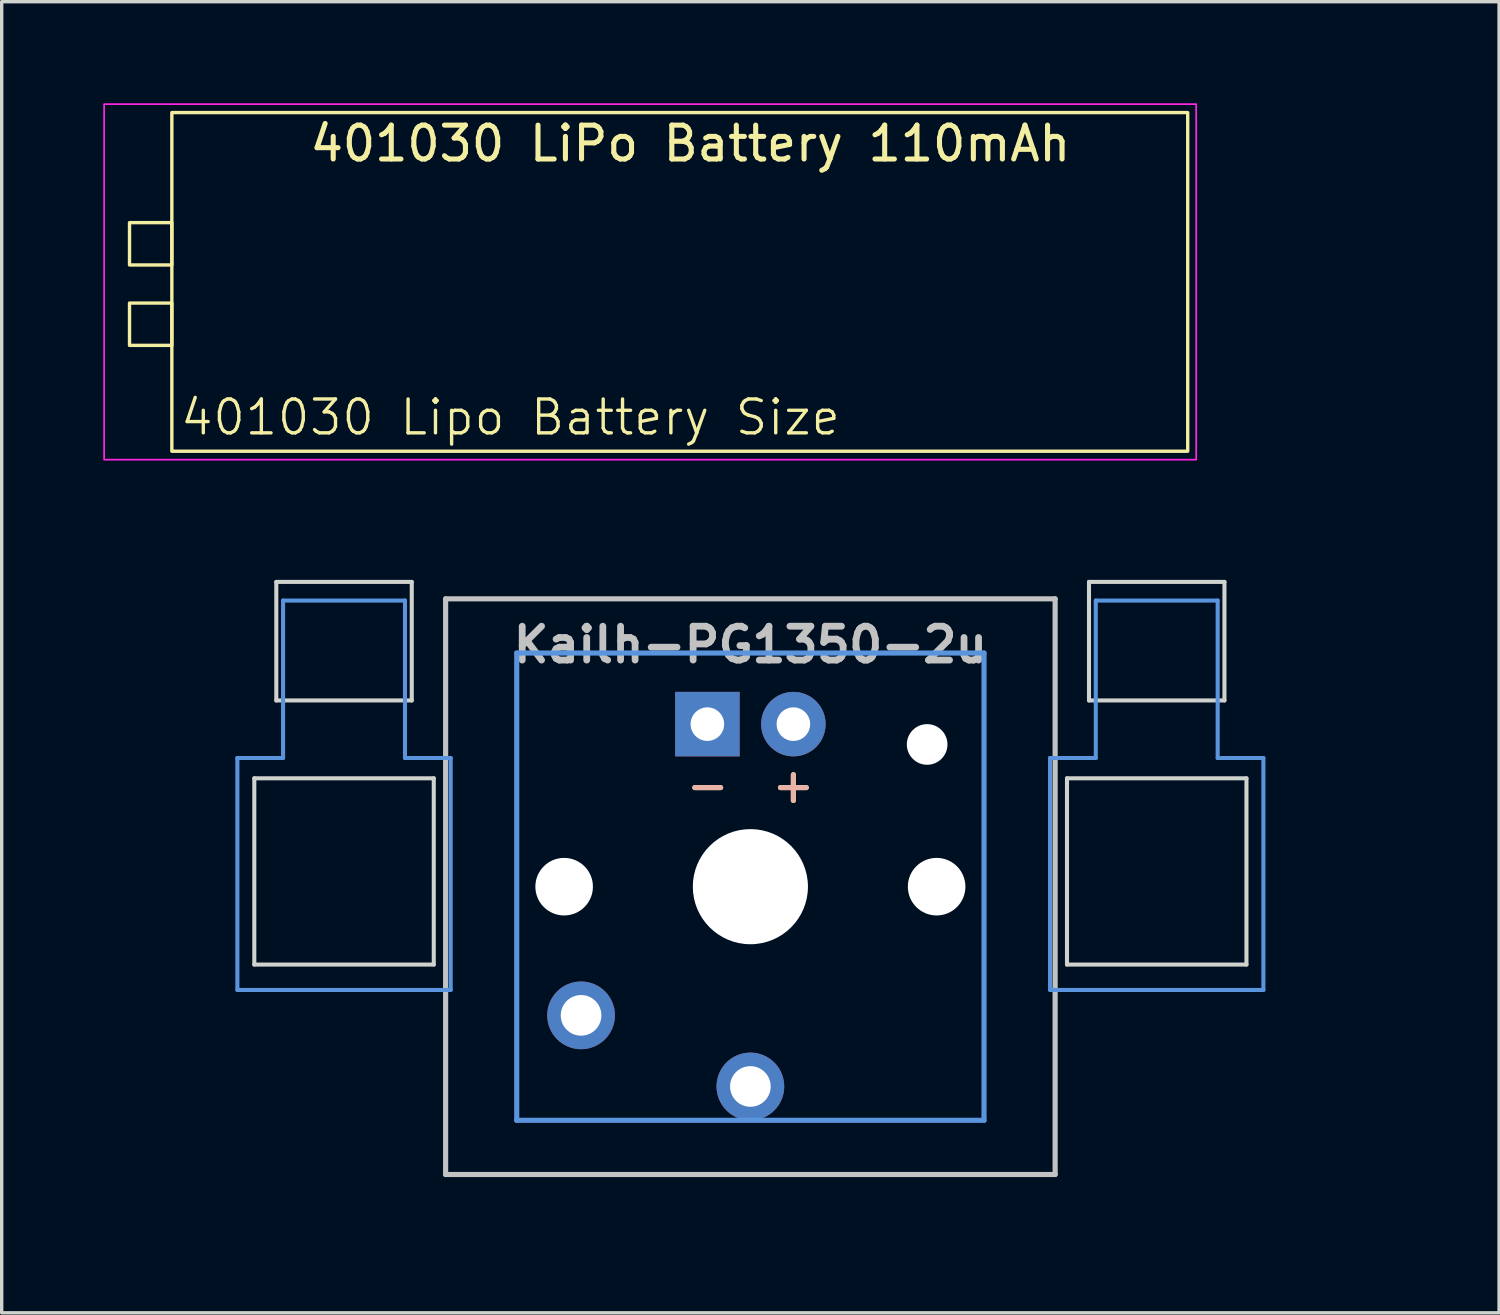
<source format=kicad_pcb>
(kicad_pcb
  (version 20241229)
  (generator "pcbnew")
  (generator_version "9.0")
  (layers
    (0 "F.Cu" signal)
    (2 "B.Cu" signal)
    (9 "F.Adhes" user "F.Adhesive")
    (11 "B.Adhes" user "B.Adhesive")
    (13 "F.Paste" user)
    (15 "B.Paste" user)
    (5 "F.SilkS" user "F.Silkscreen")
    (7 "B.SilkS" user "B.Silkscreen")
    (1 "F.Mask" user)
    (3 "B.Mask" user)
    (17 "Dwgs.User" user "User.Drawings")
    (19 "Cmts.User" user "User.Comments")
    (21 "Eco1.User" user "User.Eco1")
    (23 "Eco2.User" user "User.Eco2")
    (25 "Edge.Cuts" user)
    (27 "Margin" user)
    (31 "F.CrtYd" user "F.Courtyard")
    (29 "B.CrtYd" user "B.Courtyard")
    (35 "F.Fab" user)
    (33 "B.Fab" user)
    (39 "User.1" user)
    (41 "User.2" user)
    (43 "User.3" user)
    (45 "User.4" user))
  (footprint "401030 Lipo Battery Size"
    (layer "F.Cu")
    (at 12.025 9.775)
    (property "Reference" "401030 Lipo Battery Size" (at 0 -0.5 0) (unlocked yes) (layer "F.SilkS") (effects (font (size 1 1) (thickness 0.1))))
    (fp_rect (start -11.25 -6.25) (end -10 -5) (stroke (width 0.1) (type default)) (fill no) (layer "F.SilkS"))
    (fp_rect (start -11.25 -3.875) (end -10 -2.625) (stroke (width 0.1) (type default)) (fill no) (layer "F.SilkS"))
    (fp_rect (start -10 -9.5) (end 20 0.5) (stroke (width 0.1) (type default)) (fill no) (layer "F.SilkS"))
    (fp_rect (start -12 -9.75) (end 20.25 0.75) (stroke (width 0.05) (type default)) (fill no) (layer "F.CrtYd"))
    (fp_text user "401030 LiPo Battery 110mAh" (at -6 -8 0) (unlocked yes) (layer "F.SilkS") (effects (font (size 1 1) (thickness 0.15)) (justify left bottom))))
  (footprint "Kailh-PG1350-2u"
    (layer "F.Cu")
    (at 19.11 23.135)
    (property "Reference" "Kailh-PG1350-2u" (at 0 -7.144 180) (layer "Dwgs.User") (effects (font (size 1 1) (thickness 0.2))))
    (attr through_hole)
    (fp_line (start -9 -8.5) (end 9 -8.5) (stroke (width 0.152) (type solid)) (layer "Dwgs.User"))
    (fp_line (start -9 8.5) (end -9 -8.5) (stroke (width 0.152) (type solid)) (layer "Dwgs.User"))
    (fp_line (start 9 -8.5) (end 9 8.5) (stroke (width 0.152) (type solid)) (layer "Dwgs.User"))
    (fp_line (start 9 8.5) (end -9 8.5) (stroke (width 0.152) (type solid)) (layer "Dwgs.User"))
    (fp_line (start -15.15 -3.8) (end -13.8 -3.8) (stroke (width 0.12) (type solid)) (layer "Cmts.User"))
    (fp_line (start -15.15 3.05) (end -15.15 -3.8) (stroke (width 0.12) (type solid)) (layer "Cmts.User"))
    (fp_line (start -15.15 3.05) (end -8.85 3.05) (stroke (width 0.12) (type solid)) (layer "Cmts.User"))
    (fp_line (start -13.8 -8.45) (end -13.8 -3.8) (stroke (width 0.12) (type solid)) (layer "Cmts.User"))
    (fp_line (start -13.8 -8.45) (end -10.2 -8.45) (stroke (width 0.12) (type solid)) (layer "Cmts.User"))
    (fp_line (start -10.2 -8.45) (end -10.2 -3.8) (stroke (width 0.12) (type solid)) (layer "Cmts.User"))
    (fp_line (start -10.2 -3.8) (end -8.85 -3.8) (stroke (width 0.12) (type solid)) (layer "Cmts.User"))
    (fp_line (start -8.85 3.05) (end -8.85 -3.8) (stroke (width 0.12) (type solid)) (layer "Cmts.User"))
    (fp_line (start -6.9 -6.9) (end 6.9 -6.9) (stroke (width 0.152) (type solid)) (layer "Cmts.User"))
    (fp_line (start -6.9 6.9) (end -6.9 -6.9) (stroke (width 0.152) (type solid)) (layer "Cmts.User"))
    (fp_line (start 6.9 -6.9) (end 6.9 6.9) (stroke (width 0.152) (type solid)) (layer "Cmts.User"))
    (fp_line (start 6.9 6.9) (end -6.9 6.9) (stroke (width 0.152) (type solid)) (layer "Cmts.User"))
    (fp_line (start 8.85 -3.8) (end 10.2 -3.8) (stroke (width 0.12) (type solid)) (layer "Cmts.User"))
    (fp_line (start 8.85 3.05) (end 8.85 -3.8) (stroke (width 0.12) (type solid)) (layer "Cmts.User"))
    (fp_line (start 8.85 3.05) (end 15.15 3.05) (stroke (width 0.12) (type solid)) (layer "Cmts.User"))
    (fp_line (start 10.2 -8.45) (end 10.2 -3.8) (stroke (width 0.12) (type solid)) (layer "Cmts.User"))
    (fp_line (start 10.2 -8.45) (end 13.8 -8.45) (stroke (width 0.12) (type solid)) (layer "Cmts.User"))
    (fp_line (start 13.8 -8.45) (end 13.8 -3.8) (stroke (width 0.12) (type solid)) (layer "Cmts.User"))
    (fp_line (start 13.8 -3.8) (end 15.15 -3.8) (stroke (width 0.12) (type solid)) (layer "Cmts.User"))
    (fp_line (start 15.15 3.05) (end 15.15 -3.8) (stroke (width 0.12) (type solid)) (layer "Cmts.User"))
    (fp_line (start -19.05 -9.525) (end -19.05 9.525) (stroke (width 0.12) (type solid)) (layer "Eco1.User"))
    (fp_line (start -19.05 -9.525) (end 19.05 -9.525) (stroke (width 0.12) (type solid)) (layer "Eco1.User"))
    (fp_line (start -19.05 9.525) (end 19.05 9.525) (stroke (width 0.12) (type solid)) (layer "Eco1.User"))
    (fp_line (start 19.05 -9.525) (end 19.05 9.525) (stroke (width 0.12) (type solid)) (layer "Eco1.User"))
    (fp_line (start -7.5 -7.5) (end 7.5 -7.5) (stroke (width 0.152) (type solid)) (layer "Eco2.User"))
    (fp_line (start -7.5 7.5) (end -7.5 -7.5) (stroke (width 0.152) (type solid)) (layer "Eco2.User"))
    (fp_line (start 7.5 -7.5) (end 7.5 7.5) (stroke (width 0.152) (type solid)) (layer "Eco2.User"))
    (fp_line (start 7.5 7.5) (end -7.5 7.5) (stroke (width 0.152) (type solid)) (layer "Eco2.User"))
    (fp_line (start -14.65 -3.2) (end -14.65 2.3) (stroke (width 0.12) (type solid)) (layer "Edge.Cuts"))
    (fp_line (start -14.65 -3.2) (end -9.35 -3.2) (stroke (width 0.12) (type solid)) (layer "Edge.Cuts"))
    (fp_line (start -14.65 2.3) (end -9.35 2.3) (stroke (width 0.12) (type solid)) (layer "Edge.Cuts"))
    (fp_line (start -14 -9) (end -14 -5.5) (stroke (width 0.12) (type solid)) (layer "Edge.Cuts"))
    (fp_line (start -14 -9) (end -10 -9) (stroke (width 0.12) (type solid)) (layer "Edge.Cuts"))
    (fp_line (start -14 -5.5) (end -10 -5.5) (stroke (width 0.12) (type solid)) (layer "Edge.Cuts"))
    (fp_line (start -10 -5.5) (end -10 -9) (stroke (width 0.12) (type solid)) (layer "Edge.Cuts"))
    (fp_line (start -9.35 2.3) (end -9.35 -3.2) (stroke (width 0.12) (type solid)) (layer "Edge.Cuts"))
    (fp_line (start 9.35 -3.2) (end 9.35 2.3) (stroke (width 0.12) (type solid)) (layer "Edge.Cuts"))
    (fp_line (start 9.35 -3.2) (end 14.65 -3.2) (stroke (width 0.12) (type solid)) (layer "Edge.Cuts"))
    (fp_line (start 9.35 2.3) (end 14.65 2.3) (stroke (width 0.12) (type solid)) (layer "Edge.Cuts"))
    (fp_line (start 10 -9) (end 10 -5.5) (stroke (width 0.12) (type solid)) (layer "Edge.Cuts"))
    (fp_line (start 10 -9) (end 14 -9) (stroke (width 0.12) (type solid)) (layer "Edge.Cuts"))
    (fp_line (start 10 -5.5) (end 14 -5.5) (stroke (width 0.12) (type solid)) (layer "Edge.Cuts"))
    (fp_line (start 14 -5.5) (end 14 -9) (stroke (width 0.12) (type solid)) (layer "Edge.Cuts"))
    (fp_line (start 14.65 2.3) (end 14.65 -3.2) (stroke (width 0.12) (type solid)) (layer "Edge.Cuts"))
    (fp_text user "+" (at 1.27 -3 180) (layer "F.SilkS") (effects (font (size 1 1) (thickness 0.15))))
    (fp_text user "-" (at -1.26 -3 180) (layer "F.SilkS") (effects (font (size 1 1) (thickness 0.15))))
    (fp_text user "-" (at -1.26 -3 180) (layer "B.SilkS") (effects (font (size 1 1) (thickness 0.15)) (justify mirror)))
    (fp_text user "+" (at 1.27 -3 180) (layer "B.SilkS") (effects (font (size 1 1) (thickness 0.15)) (justify mirror)))
    (pad "" np_thru_hole circle (at -5.5 0 180) (size 1.7 1.7) (drill 1.7) (layers "*.Cu" "*.Mask"))
    (pad "" np_thru_hole circle (at 0 0 180) (size 3.4 3.4) (drill 3.4) (layers "*.Cu" "*.Mask"))
    (pad "" np_thru_hole circle (at 5.22 -4.2 180) (size 1.2 1.2) (drill 1.2) (layers "*.Cu" "*.Mask"))
    (pad "" np_thru_hole circle (at 5.5 0 180) (size 1.7 1.7) (drill 1.7) (layers "*.Cu" "*.Mask"))
    (pad "1" thru_hole circle (at 0 5.9 180) (size 2 2) (drill 1.2) (layers "*.Cu" "*.Mask"))
    (pad "2" thru_hole circle (at -5 3.8 41.9) (size 2 2) (drill 1.2) (layers "*.Cu" "*.Mask"))
    (pad "3" thru_hole circle (at 1.27 -4.8 180) (size 1.905 1.905) (drill 0.991) (layers "*.Cu" "*.Mask"))
    (pad "4" thru_hole rect (at -1.27 -4.8 180) (size 1.905 1.905) (drill 0.991) (layers "*.Cu" "*.Mask")))
  (gr_rect
    (start -3 -3)
    (end 41.22 35.72)
    (stroke (width 0.1) (type default))
    (fill no)
    (layer "Edge.Cuts")))
</source>
